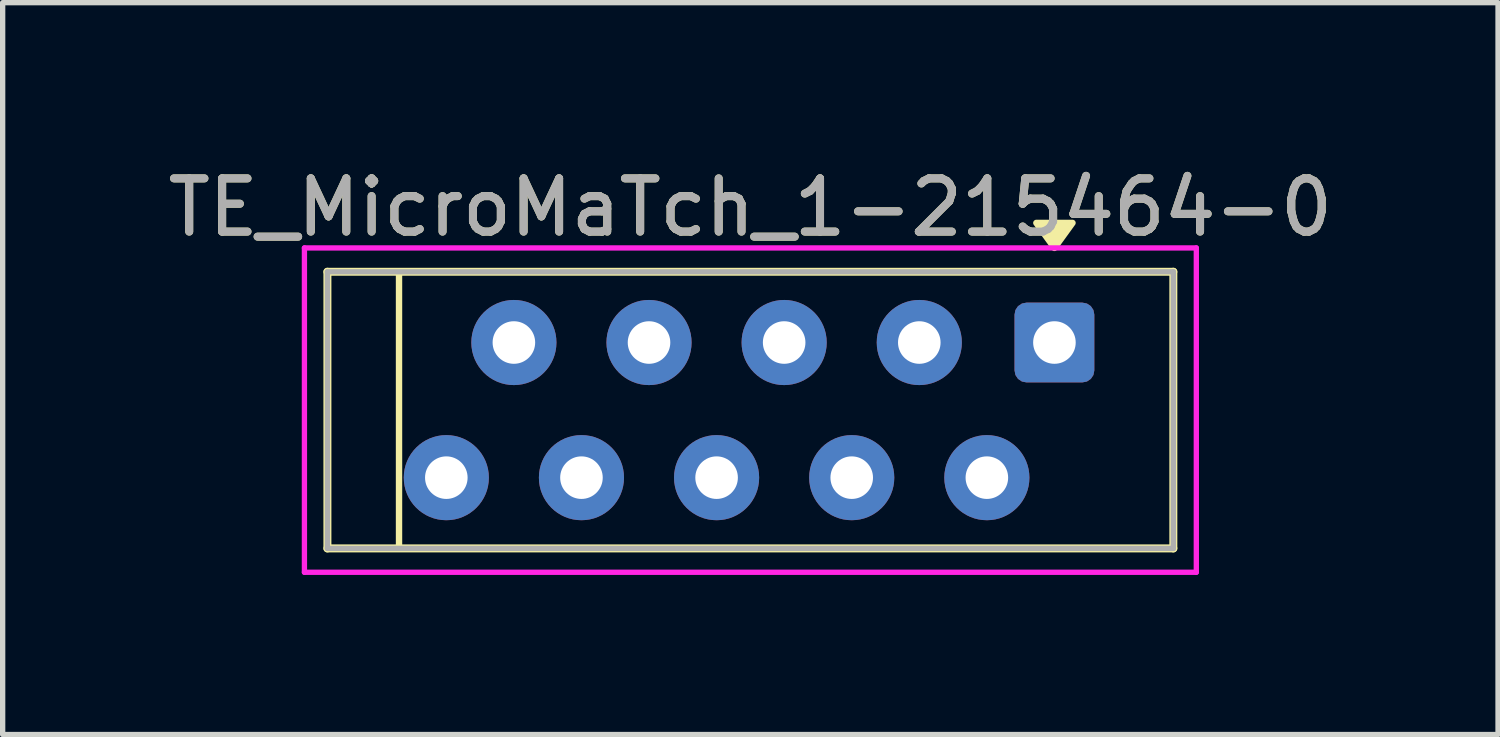
<source format=kicad_pcb>
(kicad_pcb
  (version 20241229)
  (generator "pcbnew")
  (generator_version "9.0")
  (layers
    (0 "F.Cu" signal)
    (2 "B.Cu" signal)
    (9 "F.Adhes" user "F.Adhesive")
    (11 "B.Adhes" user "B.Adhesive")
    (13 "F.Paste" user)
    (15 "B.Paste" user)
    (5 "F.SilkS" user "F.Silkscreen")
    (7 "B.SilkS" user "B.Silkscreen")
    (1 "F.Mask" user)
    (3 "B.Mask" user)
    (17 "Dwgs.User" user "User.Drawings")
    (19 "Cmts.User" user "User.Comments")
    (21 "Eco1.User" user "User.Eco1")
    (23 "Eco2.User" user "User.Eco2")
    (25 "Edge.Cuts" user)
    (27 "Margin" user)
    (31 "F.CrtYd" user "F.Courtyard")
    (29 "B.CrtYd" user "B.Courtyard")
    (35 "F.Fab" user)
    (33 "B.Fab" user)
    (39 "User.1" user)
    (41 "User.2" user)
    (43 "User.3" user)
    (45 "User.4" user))
  (footprint "TE_MicroMaTch_1-215464-0"
    (layer "F.Cu")
    (at 11.054 4.658)
    (property "Reference" "TE_MicroMaTch_1-215464-0" (at 0 -3.81 0) (layer "F.SilkS") (effects (font (size 1 1) (thickness 0.15))))
    (attr through_hole)
    (fp_line (start -7.95 -2.6) (end 7.95 -2.6) (stroke (width 0.15) (type solid)) (layer "F.SilkS"))
    (fp_line (start -7.95 2.6) (end -7.95 -2.6) (stroke (width 0.15) (type solid)) (layer "F.SilkS"))
    (fp_line (start -6.604 -2.54) (end -6.604 2.587) (stroke (width 0.12) (type default)) (layer "F.SilkS"))
    (fp_line (start 7.95 -2.6) (end 7.95 2.6) (stroke (width 0.15) (type solid)) (layer "F.SilkS"))
    (fp_line (start 7.95 2.6) (end -7.95 2.6) (stroke (width 0.15) (type solid)) (layer "F.SilkS"))
    (fp_poly (pts (xy 5.715 -3.048) (xy 5.375 -3.518) (xy 6.055 -3.518) (xy 5.715 -3.048)) (stroke (width 0.12) (type solid)) (fill yes) (layer "F.SilkS"))
    (fp_line (start -8.382 -3.048) (end 8.382 -3.048) (stroke (width 0.1) (type solid)) (layer "F.CrtYd"))
    (fp_line (start -8.382 3.048) (end -8.382 -3.048) (stroke (width 0.1) (type solid)) (layer "F.CrtYd"))
    (fp_line (start 8.382 -3.048) (end 8.382 3.048) (stroke (width 0.1) (type solid)) (layer "F.CrtYd"))
    (fp_line (start 8.382 3.048) (end -8.382 3.048) (stroke (width 0.1) (type solid)) (layer "F.CrtYd"))
    (fp_line (start -7.95 -2.6) (end 7.95 -2.6) (stroke (width 0.1) (type solid)) (layer "F.Fab"))
    (fp_line (start -7.95 2.6) (end -7.95 -2.6) (stroke (width 0.1) (type solid)) (layer "F.Fab"))
    (fp_line (start 7.95 -2.6) (end 7.95 2.6) (stroke (width 0.1) (type solid)) (layer "F.Fab"))
    (fp_line (start 7.95 2.6) (end -7.95 2.6) (stroke (width 0.1) (type solid)) (layer "F.Fab"))
    (fp_text user "${REFERENCE}" (at 0 -3.81 0) (layer "F.Fab") (effects (font (size 1 1) (thickness 0.15))))
    (pad "1" thru_hole roundrect (at 5.715 -1.27) (size 1.5 1.5) (drill 0.8) (layers "*.Cu" "*.Mask") (roundrect_rratio 0.15))
    (pad "2" thru_hole circle (at 4.445 1.27) (size 1.6 1.6) (drill 0.8) (layers "*.Cu" "*.Mask"))
    (pad "3" thru_hole circle (at 3.175 -1.27) (size 1.6 1.6) (drill 0.8) (layers "*.Cu" "*.Mask"))
    (pad "4" thru_hole circle (at 1.905 1.27) (size 1.6 1.6) (drill 0.8) (layers "*.Cu" "*.Mask"))
    (pad "5" thru_hole circle (at 0.635 -1.27) (size 1.6 1.6) (drill 0.8) (layers "*.Cu" "*.Mask"))
    (pad "6" thru_hole circle (at -0.635 1.27) (size 1.6 1.6) (drill 0.8) (layers "*.Cu" "*.Mask"))
    (pad "7" thru_hole circle (at -1.905 -1.27) (size 1.6 1.6) (drill 0.8) (layers "*.Cu" "*.Mask"))
    (pad "8" thru_hole circle (at -3.175 1.27) (size 1.6 1.6) (drill 0.8) (layers "*.Cu" "*.Mask"))
    (pad "9" thru_hole circle (at -4.445 -1.27) (size 1.6 1.6) (drill 0.8) (layers "*.Cu" "*.Mask"))
    (pad "10" thru_hole circle (at -5.715 1.27) (size 1.6 1.6) (drill 0.8) (layers "*.Cu" "*.Mask")))
  (gr_rect
    (start -3 -3)
    (end 25.107 10.756)
    (stroke (width 0.1) (type default))
    (fill no)
    (layer "Edge.Cuts")))
</source>
